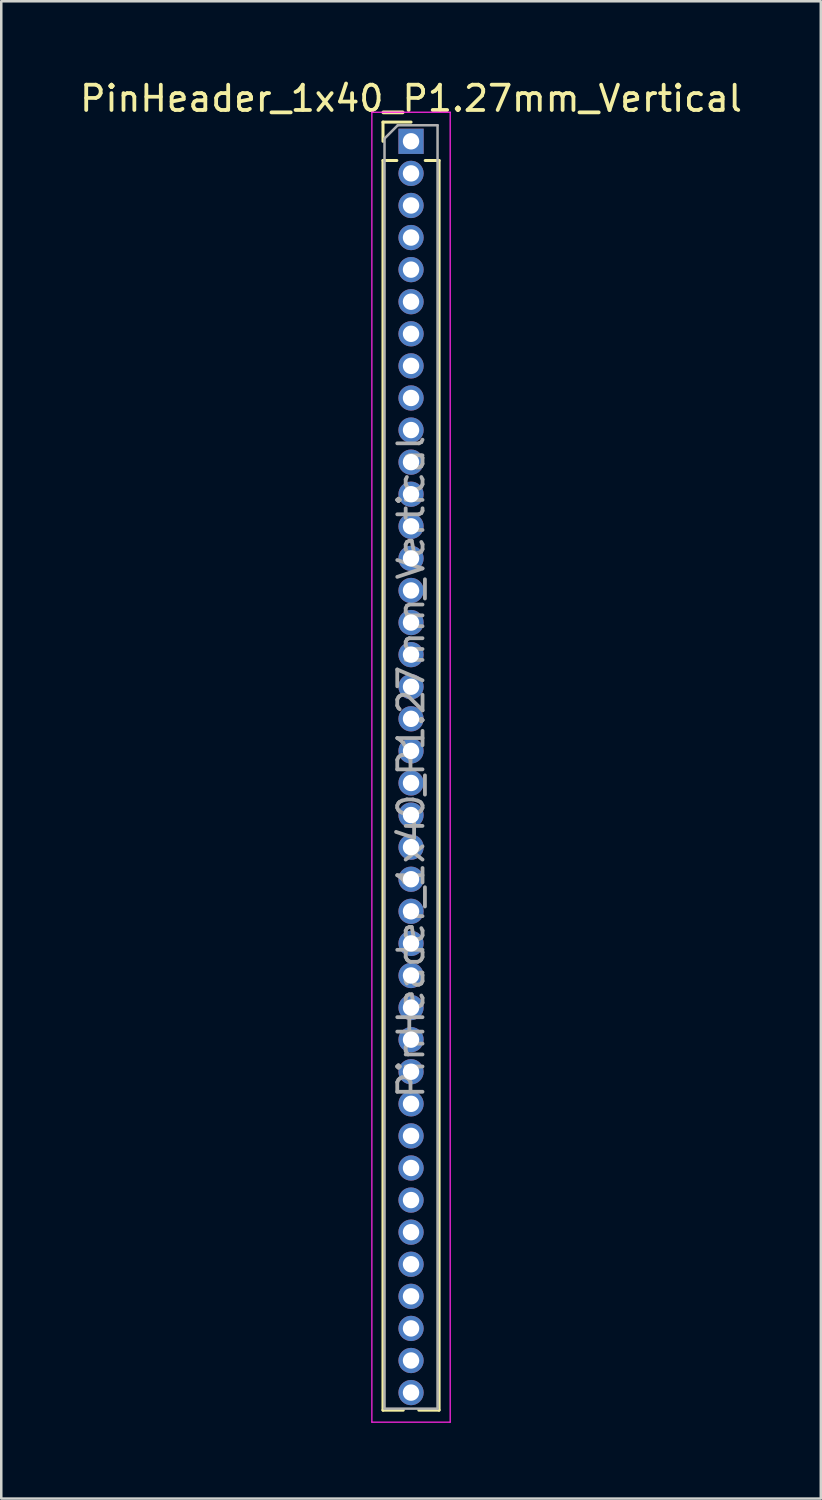
<source format=kicad_pcb>
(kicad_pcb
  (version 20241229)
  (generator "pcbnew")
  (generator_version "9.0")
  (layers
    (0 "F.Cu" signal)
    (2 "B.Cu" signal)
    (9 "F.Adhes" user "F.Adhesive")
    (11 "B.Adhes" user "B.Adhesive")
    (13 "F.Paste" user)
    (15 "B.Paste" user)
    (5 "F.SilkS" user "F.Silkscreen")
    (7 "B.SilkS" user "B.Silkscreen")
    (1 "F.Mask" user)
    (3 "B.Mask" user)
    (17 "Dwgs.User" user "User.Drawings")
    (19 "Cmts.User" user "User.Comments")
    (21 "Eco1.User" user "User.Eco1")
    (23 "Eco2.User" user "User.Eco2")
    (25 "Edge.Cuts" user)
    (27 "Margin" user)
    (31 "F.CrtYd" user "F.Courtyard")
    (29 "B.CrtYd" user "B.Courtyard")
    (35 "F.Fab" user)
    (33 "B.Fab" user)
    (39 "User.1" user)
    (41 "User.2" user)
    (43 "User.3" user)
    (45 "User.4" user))
  (footprint "PinHeader_1x40_P1.27mm_Vertical"
    (layer "F.Cu")
    (at 13.22 2.543)
    (property "Reference" "PinHeader_1x40_P1.27mm_Vertical" (at 0 -1.695 0) (layer "F.SilkS") (effects (font (size 1 1) (thickness 0.15))))
    (attr through_hole)
    (fp_line (start -1.11 -0.76) (end 0 -0.76) (stroke (width 0.12) (type solid)) (layer "F.SilkS"))
    (fp_line (start -1.11 0) (end -1.11 -0.76) (stroke (width 0.12) (type solid)) (layer "F.SilkS"))
    (fp_line (start -1.11 0.76) (end -1.11 50.225) (stroke (width 0.12) (type solid)) (layer "F.SilkS"))
    (fp_line (start -1.11 0.76) (end -0.563 0.76) (stroke (width 0.12) (type solid)) (layer "F.SilkS"))
    (fp_line (start -1.11 50.225) (end -0.308 50.225) (stroke (width 0.12) (type solid)) (layer "F.SilkS"))
    (fp_line (start 0.308 50.225) (end 1.11 50.225) (stroke (width 0.12) (type solid)) (layer "F.SilkS"))
    (fp_line (start 0.563 0.76) (end 1.11 0.76) (stroke (width 0.12) (type solid)) (layer "F.SilkS"))
    (fp_line (start 1.11 0.76) (end 1.11 50.225) (stroke (width 0.12) (type solid)) (layer "F.SilkS"))
    (fp_line (start -1.55 -1.15) (end -1.55 50.7) (stroke (width 0.05) (type solid)) (layer "F.CrtYd"))
    (fp_line (start -1.55 50.7) (end 1.55 50.7) (stroke (width 0.05) (type solid)) (layer "F.CrtYd"))
    (fp_line (start 1.55 -1.15) (end -1.55 -1.15) (stroke (width 0.05) (type solid)) (layer "F.CrtYd"))
    (fp_line (start 1.55 50.7) (end 1.55 -1.15) (stroke (width 0.05) (type solid)) (layer "F.CrtYd"))
    (fp_line (start -1.05 -0.11) (end -0.525 -0.635) (stroke (width 0.1) (type solid)) (layer "F.Fab"))
    (fp_line (start -1.05 50.165) (end -1.05 -0.11) (stroke (width 0.1) (type solid)) (layer "F.Fab"))
    (fp_line (start -0.525 -0.635) (end 1.05 -0.635) (stroke (width 0.1) (type solid)) (layer "F.Fab"))
    (fp_line (start 1.05 -0.635) (end 1.05 50.165) (stroke (width 0.1) (type solid)) (layer "F.Fab"))
    (fp_line (start 1.05 50.165) (end -1.05 50.165) (stroke (width 0.1) (type solid)) (layer "F.Fab"))
    (fp_text user "${REFERENCE}" (at 0 24.765 90) (layer "F.Fab") (effects (font (size 1 1) (thickness 0.15))))
    (pad "1" thru_hole rect (at 0 0) (size 1 1) (drill 0.65) (layers "*.Cu" "*.Mask"))
    (pad "2" thru_hole oval (at 0 1.27) (size 1 1) (drill 0.65) (layers "*.Cu" "*.Mask"))
    (pad "3" thru_hole oval (at 0 2.54) (size 1 1) (drill 0.65) (layers "*.Cu" "*.Mask"))
    (pad "4" thru_hole oval (at 0 3.81) (size 1 1) (drill 0.65) (layers "*.Cu" "*.Mask"))
    (pad "5" thru_hole oval (at 0 5.08) (size 1 1) (drill 0.65) (layers "*.Cu" "*.Mask"))
    (pad "6" thru_hole oval (at 0 6.35) (size 1 1) (drill 0.65) (layers "*.Cu" "*.Mask"))
    (pad "7" thru_hole oval (at 0 7.62) (size 1 1) (drill 0.65) (layers "*.Cu" "*.Mask"))
    (pad "8" thru_hole oval (at 0 8.89) (size 1 1) (drill 0.65) (layers "*.Cu" "*.Mask"))
    (pad "9" thru_hole oval (at 0 10.16) (size 1 1) (drill 0.65) (layers "*.Cu" "*.Mask"))
    (pad "10" thru_hole oval (at 0 11.43) (size 1 1) (drill 0.65) (layers "*.Cu" "*.Mask"))
    (pad "11" thru_hole oval (at 0 12.7) (size 1 1) (drill 0.65) (layers "*.Cu" "*.Mask"))
    (pad "12" thru_hole oval (at 0 13.97) (size 1 1) (drill 0.65) (layers "*.Cu" "*.Mask"))
    (pad "13" thru_hole oval (at 0 15.24) (size 1 1) (drill 0.65) (layers "*.Cu" "*.Mask"))
    (pad "14" thru_hole oval (at 0 16.51) (size 1 1) (drill 0.65) (layers "*.Cu" "*.Mask"))
    (pad "15" thru_hole oval (at 0 17.78) (size 1 1) (drill 0.65) (layers "*.Cu" "*.Mask"))
    (pad "16" thru_hole oval (at 0 19.05) (size 1 1) (drill 0.65) (layers "*.Cu" "*.Mask"))
    (pad "17" thru_hole oval (at 0 20.32) (size 1 1) (drill 0.65) (layers "*.Cu" "*.Mask"))
    (pad "18" thru_hole oval (at 0 21.59) (size 1 1) (drill 0.65) (layers "*.Cu" "*.Mask"))
    (pad "19" thru_hole oval (at 0 22.86) (size 1 1) (drill 0.65) (layers "*.Cu" "*.Mask"))
    (pad "20" thru_hole oval (at 0 24.13) (size 1 1) (drill 0.65) (layers "*.Cu" "*.Mask"))
    (pad "21" thru_hole oval (at 0 25.4) (size 1 1) (drill 0.65) (layers "*.Cu" "*.Mask"))
    (pad "22" thru_hole oval (at 0 26.67) (size 1 1) (drill 0.65) (layers "*.Cu" "*.Mask"))
    (pad "23" thru_hole oval (at 0 27.94) (size 1 1) (drill 0.65) (layers "*.Cu" "*.Mask"))
    (pad "24" thru_hole oval (at 0 29.21) (size 1 1) (drill 0.65) (layers "*.Cu" "*.Mask"))
    (pad "25" thru_hole oval (at 0 30.48) (size 1 1) (drill 0.65) (layers "*.Cu" "*.Mask"))
    (pad "26" thru_hole oval (at 0 31.75) (size 1 1) (drill 0.65) (layers "*.Cu" "*.Mask"))
    (pad "27" thru_hole oval (at 0 33.02) (size 1 1) (drill 0.65) (layers "*.Cu" "*.Mask"))
    (pad "28" thru_hole oval (at 0 34.29) (size 1 1) (drill 0.65) (layers "*.Cu" "*.Mask"))
    (pad "29" thru_hole oval (at 0 35.56) (size 1 1) (drill 0.65) (layers "*.Cu" "*.Mask"))
    (pad "30" thru_hole oval (at 0 36.83) (size 1 1) (drill 0.65) (layers "*.Cu" "*.Mask"))
    (pad "31" thru_hole oval (at 0 38.1) (size 1 1) (drill 0.65) (layers "*.Cu" "*.Mask"))
    (pad "32" thru_hole oval (at 0 39.37) (size 1 1) (drill 0.65) (layers "*.Cu" "*.Mask"))
    (pad "33" thru_hole oval (at 0 40.64) (size 1 1) (drill 0.65) (layers "*.Cu" "*.Mask"))
    (pad "34" thru_hole oval (at 0 41.91) (size 1 1) (drill 0.65) (layers "*.Cu" "*.Mask"))
    (pad "35" thru_hole oval (at 0 43.18) (size 1 1) (drill 0.65) (layers "*.Cu" "*.Mask"))
    (pad "36" thru_hole oval (at 0 44.45) (size 1 1) (drill 0.65) (layers "*.Cu" "*.Mask"))
    (pad "37" thru_hole oval (at 0 45.72) (size 1 1) (drill 0.65) (layers "*.Cu" "*.Mask"))
    (pad "38" thru_hole oval (at 0 46.99) (size 1 1) (drill 0.65) (layers "*.Cu" "*.Mask"))
    (pad "39" thru_hole oval (at 0 48.26) (size 1 1) (drill 0.65) (layers "*.Cu" "*.Mask"))
    (pad "40" thru_hole oval (at 0 49.53) (size 1 1) (drill 0.65) (layers "*.Cu" "*.Mask")))
  (gr_rect
    (start -3 -3)
    (end 29.44 56.268)
    (stroke (width 0.1) (type default))
    (fill no)
    (layer "Edge.Cuts")))
</source>
